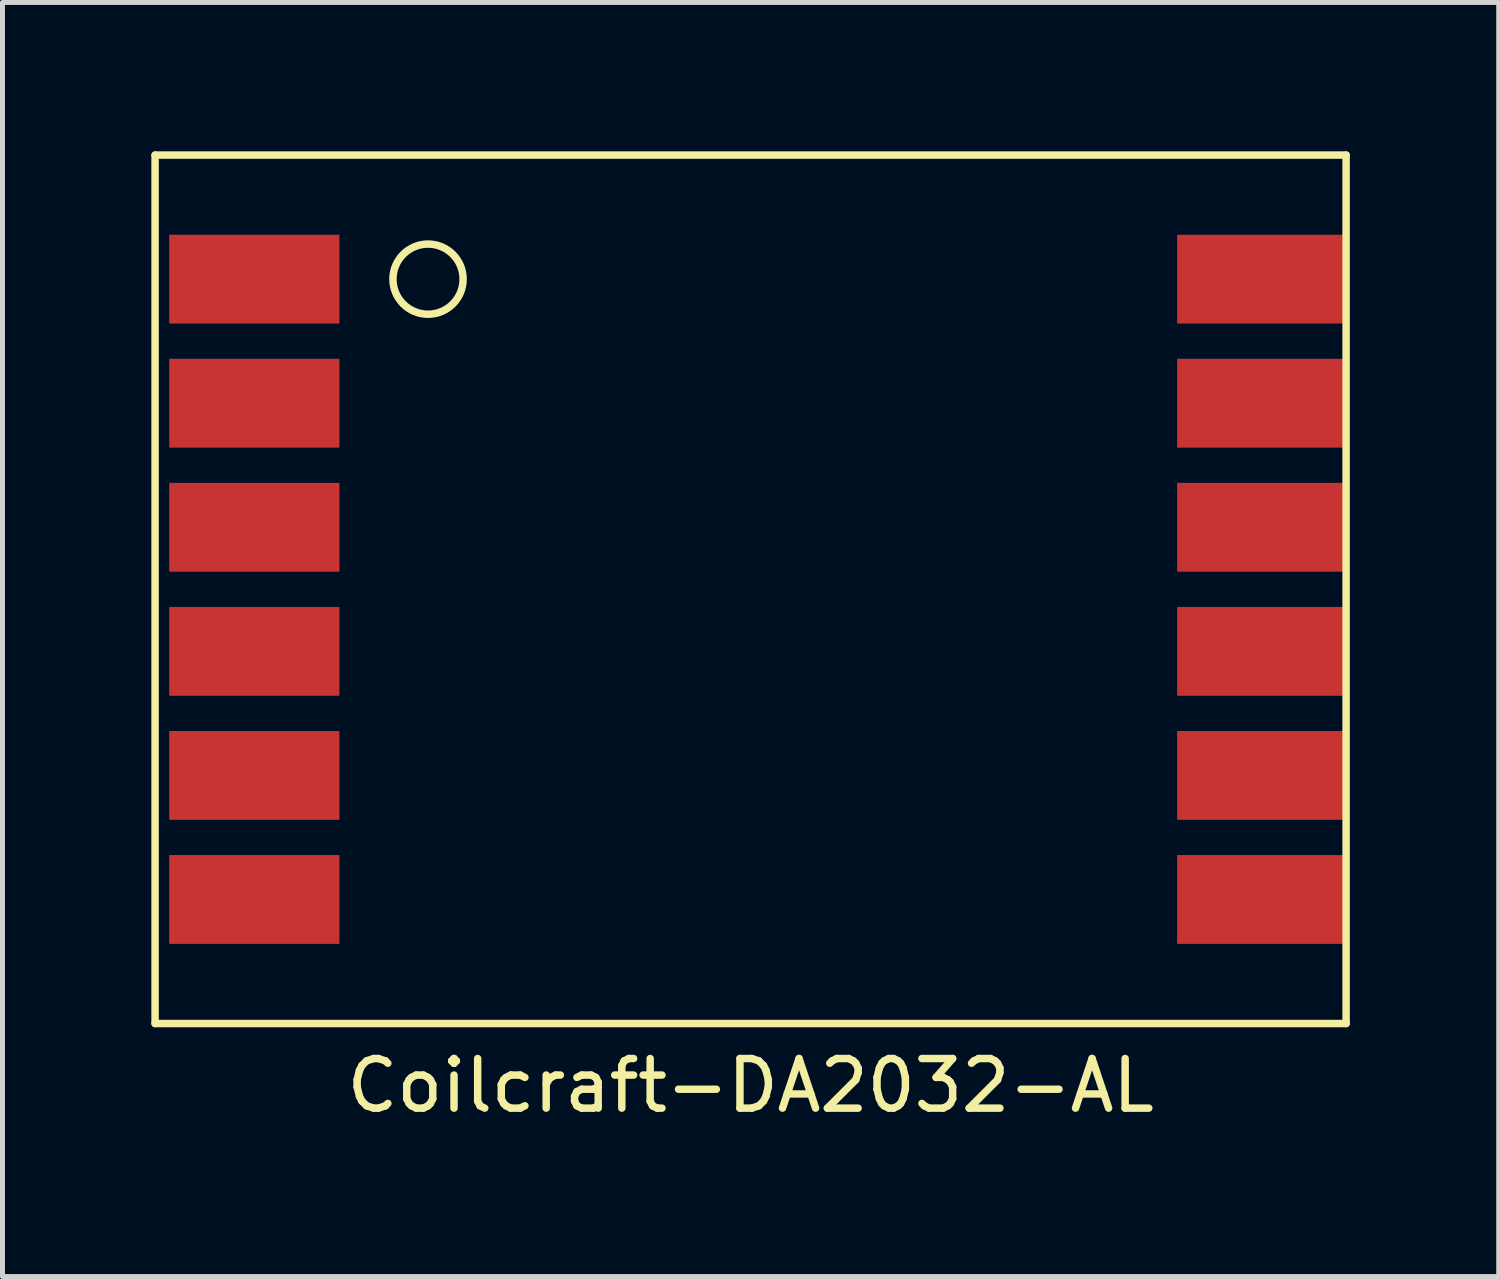
<source format=kicad_pcb>
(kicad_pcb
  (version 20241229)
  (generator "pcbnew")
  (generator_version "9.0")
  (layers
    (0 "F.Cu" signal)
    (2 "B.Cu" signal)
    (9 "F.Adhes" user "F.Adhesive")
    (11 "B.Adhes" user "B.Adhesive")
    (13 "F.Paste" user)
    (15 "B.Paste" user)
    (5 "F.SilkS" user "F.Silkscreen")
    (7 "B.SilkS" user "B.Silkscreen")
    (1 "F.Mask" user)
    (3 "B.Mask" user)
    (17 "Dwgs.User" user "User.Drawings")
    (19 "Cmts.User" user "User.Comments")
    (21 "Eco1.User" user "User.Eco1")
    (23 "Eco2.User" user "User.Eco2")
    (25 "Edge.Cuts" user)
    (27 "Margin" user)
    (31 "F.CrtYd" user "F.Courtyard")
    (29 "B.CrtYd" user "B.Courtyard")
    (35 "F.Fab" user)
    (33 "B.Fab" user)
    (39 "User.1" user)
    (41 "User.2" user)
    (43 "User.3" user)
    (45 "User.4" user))
  (footprint "Coilcraft-DA2032-AL"
    (layer "F.Cu")
    (at 12.075 8.825)
    (property "Reference" "Coilcraft-DA2032-AL" (at 0 10 0) (layer "F.SilkS") (effects (font (size 1 1) (thickness 0.15))))
    (attr through_hole)
    (fp_line (start -12 -8.75) (end -12 8.75) (stroke (width 0.15) (type solid)) (layer "F.SilkS"))
    (fp_line (start -12 8.75) (end 12 8.75) (stroke (width 0.15) (type solid)) (layer "F.SilkS"))
    (fp_line (start 12 -8.75) (end -12 -8.75) (stroke (width 0.15) (type solid)) (layer "F.SilkS"))
    (fp_line (start 12 8.75) (end 12 -8.75) (stroke (width 0.15) (type solid)) (layer "F.SilkS"))
    (fp_circle (center -6.5 -6.25) (end -6 -6.75) (stroke (width 0.15) (type solid)) (fill no) (layer "F.SilkS"))
    (pad "1" smd rect (at -10 -6.25) (size 3.43 1.79) (layers "F.Cu" "F.Mask" "F.Paste"))
    (pad "2" smd rect (at -10 -3.75) (size 3.43 1.79) (layers "F.Cu" "F.Mask" "F.Paste"))
    (pad "3" smd rect (at -10 -1.25) (size 3.43 1.79) (layers "F.Cu" "F.Mask" "F.Paste"))
    (pad "4" smd rect (at -10 1.25) (size 3.43 1.79) (layers "F.Cu" "F.Mask" "F.Paste"))
    (pad "5" smd rect (at -10 3.75) (size 3.43 1.79) (layers "F.Cu" "F.Mask" "F.Paste"))
    (pad "6" smd rect (at -10 6.25) (size 3.43 1.79) (layers "F.Cu" "F.Mask" "F.Paste"))
    (pad "7" smd rect (at 10.31 6.25) (size 3.43 1.79) (layers "F.Cu" "F.Mask" "F.Paste"))
    (pad "8" smd rect (at 10.31 3.75) (size 3.43 1.79) (layers "F.Cu" "F.Mask" "F.Paste"))
    (pad "9" smd rect (at 10.31 1.25) (size 3.43 1.79) (layers "F.Cu" "F.Mask" "F.Paste"))
    (pad "10" smd rect (at 10.31 -1.25) (size 3.43 1.79) (layers "F.Cu" "F.Mask" "F.Paste"))
    (pad "11" smd rect (at 10.31 -3.75) (size 3.43 1.79) (layers "F.Cu" "F.Mask" "F.Paste"))
    (pad "12" smd rect (at 10.31 -6.25) (size 3.43 1.79) (layers "F.Cu" "F.Mask" "F.Paste")))
  (gr_rect
    (start -3 -3)
    (end 27.15 22.673)
    (stroke (width 0.1) (type default))
    (fill no)
    (layer "Edge.Cuts")))
</source>
